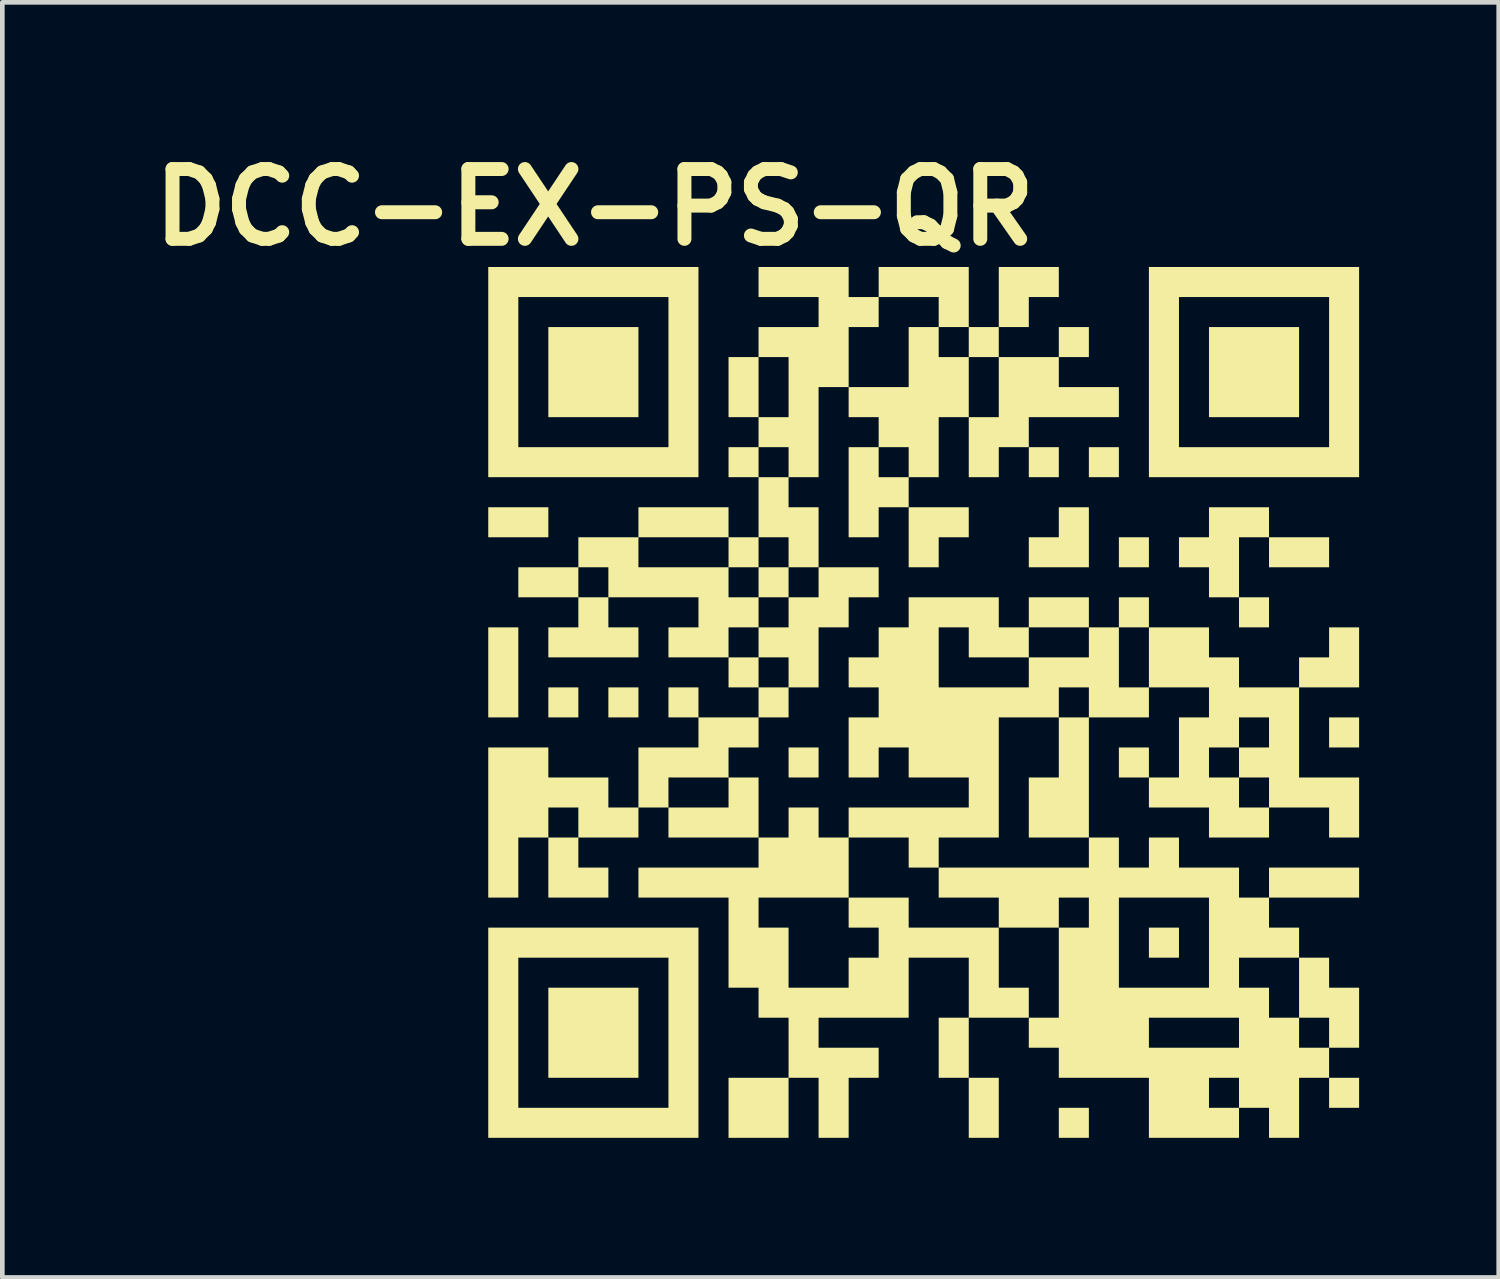
<source format=kicad_pcb>
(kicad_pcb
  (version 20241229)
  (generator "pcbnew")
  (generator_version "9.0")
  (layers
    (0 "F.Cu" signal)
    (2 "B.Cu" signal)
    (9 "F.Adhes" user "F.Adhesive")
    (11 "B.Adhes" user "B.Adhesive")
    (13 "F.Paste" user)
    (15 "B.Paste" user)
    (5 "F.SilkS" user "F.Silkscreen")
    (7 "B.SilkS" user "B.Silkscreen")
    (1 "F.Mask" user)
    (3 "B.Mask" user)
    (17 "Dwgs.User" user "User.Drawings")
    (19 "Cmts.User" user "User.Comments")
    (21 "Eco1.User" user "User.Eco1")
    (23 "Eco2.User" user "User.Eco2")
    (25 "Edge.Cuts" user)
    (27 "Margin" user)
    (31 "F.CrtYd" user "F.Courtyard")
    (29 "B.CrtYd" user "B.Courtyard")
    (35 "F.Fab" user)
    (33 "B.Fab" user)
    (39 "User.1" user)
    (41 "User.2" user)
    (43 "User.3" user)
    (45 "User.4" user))
  (footprint "DCC-EX-PS-QR"
    (layer "F.Cu")
    (at 16.789 12.034)
    (property "Reference" "DCC-EX-PS-QR" (at -7.06 -10.63 0) (layer "F.SilkS") (effects (font (size 1.5 1.5) (thickness 0.3))))
    (attr board_only exclude_from_pos_files exclude_from_bom)
    (fp_poly (pts (xy -8.701 -0.635) (xy -8.701 0.332) (xy -9.024 0.332) (xy -9.347 0.332) (xy -9.347 -0.635) (xy -9.347 -1.603) (xy -9.024 -1.603) (xy -8.701 -1.603)) (stroke (width 0) (type solid)) (fill yes) (layer "F.SilkS"))
    (fp_poly (pts (xy -8.056 -3.862) (xy -8.056 -3.539) (xy -8.701 -3.539) (xy -9.347 -3.539) (xy -9.347 -3.862) (xy -9.347 -4.184) (xy -8.701 -4.184) (xy -8.056 -4.184)) (stroke (width 0) (type solid)) (fill yes) (layer "F.SilkS"))
    (fp_poly (pts (xy -7.411 0.01) (xy -7.411 0.332) (xy -7.733 0.332) (xy -8.056 0.332) (xy -8.056 0.01) (xy -8.056 -0.313) (xy -7.733 -0.313) (xy -7.411 -0.313)) (stroke (width 0) (type solid)) (fill yes) (layer "F.SilkS"))
    (fp_poly (pts (xy -6.12 -7.088) (xy -6.12 -6.12) (xy -7.088 -6.12) (xy -8.056 -6.12) (xy -8.056 -7.088) (xy -8.056 -8.056) (xy -7.088 -8.056) (xy -6.12 -8.056)) (stroke (width 0) (type solid)) (fill yes) (layer "F.SilkS"))
    (fp_poly (pts (xy -6.12 0.01) (xy -6.12 0.332) (xy -6.443 0.332) (xy -6.766 0.332) (xy -6.766 0.01) (xy -6.766 -0.313) (xy -6.443 -0.313) (xy -6.12 -0.313)) (stroke (width 0) (type solid)) (fill yes) (layer "F.SilkS"))
    (fp_poly (pts (xy -6.12 7.108) (xy -6.12 8.076) (xy -7.088 8.076) (xy -8.056 8.076) (xy -8.056 7.108) (xy -8.056 6.14) (xy -7.088 6.14) (xy -6.12 6.14)) (stroke (width 0) (type solid)) (fill yes) (layer "F.SilkS"))
    (fp_poly (pts (xy -2.894 -2.571) (xy -2.894 -2.249) (xy -3.217 -2.249) (xy -3.539 -2.249) (xy -3.539 -2.571) (xy -3.539 -2.894) (xy -3.217 -2.894) (xy -2.894 -2.894)) (stroke (width 0) (type solid)) (fill yes) (layer "F.SilkS"))
    (fp_poly (pts (xy -2.249 1.3) (xy -2.249 1.623) (xy -2.571 1.623) (xy -2.894 1.623) (xy -2.894 1.3) (xy -2.894 0.978) (xy -2.571 0.978) (xy -2.249 0.978)) (stroke (width 0) (type solid)) (fill yes) (layer "F.SilkS"))
    (fp_poly (pts (xy 1.623 8.721) (xy 1.623 9.366) (xy 1.3 9.366) (xy 0.978 9.366) (xy 0.978 8.721) (xy 0.978 8.076) (xy 1.3 8.076) (xy 1.623 8.076)) (stroke (width 0) (type solid)) (fill yes) (layer "F.SilkS"))
    (fp_poly (pts (xy 2.913 -5.152) (xy 2.913 -4.83) (xy 2.591 -4.83) (xy 2.268 -4.83) (xy 2.268 -5.152) (xy 2.268 -5.475) (xy 2.591 -5.475) (xy 2.913 -5.475)) (stroke (width 0) (type solid)) (fill yes) (layer "F.SilkS"))
    (fp_poly (pts (xy 3.559 9.043) (xy 3.559 9.366) (xy 3.236 9.366) (xy 2.913 9.366) (xy 2.913 9.043) (xy 2.913 8.721) (xy 3.236 8.721) (xy 3.559 8.721)) (stroke (width 0) (type solid)) (fill yes) (layer "F.SilkS"))
    (fp_poly (pts (xy 4.204 -5.152) (xy 4.204 -4.83) (xy 3.881 -4.83) (xy 3.559 -4.83) (xy 3.559 -5.152) (xy 3.559 -5.475) (xy 3.881 -5.475) (xy 4.204 -5.475)) (stroke (width 0) (type solid)) (fill yes) (layer "F.SilkS"))
    (fp_poly (pts (xy 4.849 -3.217) (xy 4.849 -2.894) (xy 4.527 -2.894) (xy 4.204 -2.894) (xy 4.204 -3.217) (xy 4.204 -3.539) (xy 4.527 -3.539) (xy 4.849 -3.539)) (stroke (width 0) (type solid)) (fill yes) (layer "F.SilkS"))
    (fp_poly (pts (xy 5.495 5.172) (xy 5.495 5.495) (xy 5.172 5.495) (xy 4.849 5.495) (xy 4.849 5.172) (xy 4.849 4.849) (xy 5.172 4.849) (xy 5.495 4.849)) (stroke (width 0) (type solid)) (fill yes) (layer "F.SilkS"))
    (fp_poly (pts (xy 7.43 -1.926) (xy 7.43 -1.603) (xy 7.108 -1.603) (xy 6.785 -1.603) (xy 6.785 -1.926) (xy 6.785 -2.249) (xy 7.108 -2.249) (xy 7.43 -2.249)) (stroke (width 0) (type solid)) (fill yes) (layer "F.SilkS"))
    (fp_poly (pts (xy 8.076 -7.088) (xy 8.076 -6.12) (xy 7.108 -6.12) (xy 6.14 -6.12) (xy 6.14 -7.088) (xy 6.14 -8.056) (xy 7.108 -8.056) (xy 8.076 -8.056)) (stroke (width 0) (type solid)) (fill yes) (layer "F.SilkS"))
    (fp_poly (pts (xy 8.721 -3.217) (xy 8.721 -2.894) (xy 8.076 -2.894) (xy 7.43 -2.894) (xy 7.43 -3.217) (xy 7.43 -3.539) (xy 8.076 -3.539) (xy 8.721 -3.539)) (stroke (width 0) (type solid)) (fill yes) (layer "F.SilkS"))
    (fp_poly (pts (xy 9.366 0.655) (xy 9.366 0.978) (xy 9.043 0.978) (xy 8.721 0.978) (xy 8.721 0.655) (xy 8.721 0.332) (xy 9.043 0.332) (xy 9.366 0.332)) (stroke (width 0) (type solid)) (fill yes) (layer "F.SilkS"))
    (fp_poly (pts (xy 9.366 8.398) (xy 9.366 8.721) (xy 9.043 8.721) (xy 8.721 8.721) (xy 8.721 8.398) (xy 8.721 8.076) (xy 9.043 8.076) (xy 9.366 8.076)) (stroke (width 0) (type solid)) (fill yes) (layer "F.SilkS"))
    (fp_poly (pts (xy 0.978 -3.862) (xy 0.978 -3.539) (xy 0.655 -3.539) (xy 0.332 -3.539) (xy 0.332 -3.217) (xy 0.332 -2.894) (xy 0.01 -2.894) (xy -0.313 -2.894) (xy -0.313 -3.539) (xy -0.313 -4.184) (xy 0.332 -4.184) (xy 0.978 -4.184)) (stroke (width 0) (type solid)) (fill yes) (layer "F.SilkS"))
    (fp_poly (pts (xy 3.559 -3.539) (xy 3.559 -2.894) (xy 2.913 -2.894) (xy 2.268 -2.894) (xy 2.268 -3.217) (xy 2.268 -3.539) (xy 2.591 -3.539) (xy 2.913 -3.539) (xy 2.913 -3.862) (xy 2.913 -4.184) (xy 3.236 -4.184) (xy 3.559 -4.184)) (stroke (width 0) (type solid)) (fill yes) (layer "F.SilkS"))
    (fp_poly (pts (xy -4.83 -7.088) (xy -4.83 -4.83) (xy -7.088 -4.83) (xy -9.347 -4.83) (xy -9.347 -7.088) (xy -9.347 -8.701) (xy -8.701 -8.701) (xy -8.701 -7.088) (xy -8.701 -5.475) (xy -7.088 -5.475) (xy -5.475 -5.475) (xy -5.475 -7.088) (xy -5.475 -8.701) (xy -7.088 -8.701) (xy -8.701 -8.701) (xy -9.347 -8.701) (xy -9.347 -9.347) (xy -7.088 -9.347) (xy -4.83 -9.347)) (stroke (width 0) (type solid)) (fill yes) (layer "F.SilkS"))
    (fp_poly (pts (xy -4.83 7.108) (xy -4.83 9.366) (xy -7.088 9.366) (xy -9.347 9.366) (xy -9.347 7.108) (xy -9.347 5.495) (xy -8.701 5.495) (xy -8.701 7.108) (xy -8.701 8.721) (xy -7.088 8.721) (xy -5.475 8.721) (xy -5.475 7.108) (xy -5.475 5.495) (xy -7.088 5.495) (xy -8.701 5.495) (xy -9.347 5.495) (xy -9.347 4.849) (xy -7.088 4.849) (xy -4.83 4.849)) (stroke (width 0) (type solid)) (fill yes) (layer "F.SilkS"))
    (fp_poly (pts (xy 9.366 -7.088) (xy 9.366 -4.83) (xy 7.108 -4.83) (xy 4.849 -4.83) (xy 4.849 -7.088) (xy 4.849 -8.701) (xy 5.495 -8.701) (xy 5.495 -7.088) (xy 5.495 -5.475) (xy 7.108 -5.475) (xy 8.721 -5.475) (xy 8.721 -7.088) (xy 8.721 -8.701) (xy 7.108 -8.701) (xy 5.495 -8.701) (xy 4.849 -8.701) (xy 4.849 -9.347) (xy 7.108 -9.347) (xy 9.366 -9.347)) (stroke (width 0) (type solid)) (fill yes) (layer "F.SilkS"))
    (fp_poly (pts (xy 7.43 -3.862) (xy 7.43 -3.539) (xy 7.108 -3.539) (xy 6.785 -3.539) (xy 6.785 -2.894) (xy 6.785 -2.249) (xy 6.462 -2.249) (xy 6.14 -2.249) (xy 6.14 -2.571) (xy 6.14 -2.894) (xy 5.817 -2.894) (xy 5.495 -2.894) (xy 5.495 -3.217) (xy 5.495 -3.539) (xy 5.817 -3.539) (xy 6.14 -3.539) (xy 6.14 -3.862) (xy 6.14 -4.184) (xy 6.785 -4.184) (xy 7.43 -4.184)) (stroke (width 0) (type solid)) (fill yes) (layer "F.SilkS"))
    (fp_poly (pts (xy -1.603 -9.024) (xy -1.603 -8.701) (xy -1.281 -8.701) (xy -0.958 -8.701) (xy -0.958 -9.024) (xy -0.958 -9.347) (xy 0.01 -9.347) (xy 0.978 -9.347) (xy 0.978 -8.701) (xy 0.978 -8.056) (xy 1.3 -8.056) (xy 1.623 -8.056) (xy 1.623 -8.701) (xy 1.623 -9.347) (xy 2.268 -9.347) (xy 2.913 -9.347) (xy 2.913 -9.024) (xy 2.913 -8.701) (xy 2.591 -8.701) (xy 2.268 -8.701) (xy 2.268 -8.379) (xy 2.268 -8.056) (xy 1.946 -8.056) (xy 1.623 -8.056) (xy 1.623 -7.733) (xy 1.623 -7.411) (xy 2.268 -7.411) (xy 2.913 -7.411) (xy 2.913 -7.733) (xy 2.913 -8.056) (xy 3.236 -8.056) (xy 3.559 -8.056) (xy 3.559 -7.733) (xy 3.559 -7.411) (xy 3.236 -7.411) (xy 2.913 -7.411) (xy 2.913 -7.088) (xy 2.913 -6.766) (xy 3.559 -6.766) (xy 4.204 -6.766) (xy 4.204 -6.443) (xy 4.204 -6.12) (xy 3.236 -6.12) (xy 2.268 -6.12) (xy 2.268 -5.798) (xy 2.268 -5.475) (xy 1.946 -5.475) (xy 1.623 -5.475) (xy 1.623 -5.152) (xy 1.623 -4.83) (xy 1.3 -4.83) (xy 0.978 -4.83) (xy 0.978 -5.475) (xy 0.978 -6.12) (xy 0.655 -6.12) (xy 0.332 -6.12) (xy 0.332 -5.475) (xy 0.332 -4.83) (xy 0.01 -4.83) (xy -0.313 -4.83) (xy -0.313 -4.507) (xy -0.313 -4.184) (xy -0.635 -4.184) (xy -0.958 -4.184) (xy -0.958 -3.862) (xy -0.958 -3.539) (xy -1.281 -3.539) (xy -1.603 -3.539) (xy -1.603 -4.507) (xy -1.603 -5.475) (xy -1.281 -5.475) (xy -0.958 -5.475) (xy -0.958 -5.152) (xy -0.958 -4.83) (xy -0.635 -4.83) (xy -0.313 -4.83) (xy -0.313 -5.152) (xy -0.313 -5.475) (xy -0.635 -5.475) (xy -0.958 -5.475) (xy -0.958 -5.798) (xy -0.958 -6.12) (xy -1.281 -6.12) (xy -1.603 -6.12) (xy -1.603 -6.443) (xy -1.603 -6.766) (xy -0.958 -6.766) (xy -0.313 -6.766) (xy -0.313 -7.411) (xy -0.313 -8.056) (xy 0.01 -8.056) (xy 0.332 -8.056) (xy 0.332 -7.733) (xy 0.332 -7.411) (xy 0.655 -7.411) (xy 0.978 -7.411) (xy 0.978 -6.766) (xy 0.978 -6.12) (xy 1.3 -6.12) (xy 1.623 -6.12) (xy 1.623 -6.766) (xy 1.623 -7.411) (xy 1.3 -7.411) (xy 0.978 -7.411) (xy 0.978 -7.733) (xy 0.978 -8.056) (xy 0.655 -8.056) (xy 0.332 -8.056) (xy 0.332 -8.379) (xy 0.332 -8.701) (xy -0.313 -8.701) (xy -0.958 -8.701) (xy -0.958 -8.379) (xy -0.958 -8.056) (xy -1.281 -8.056) (xy -1.603 -8.056) (xy -1.603 -7.411) (xy -1.603 -6.766) (xy -1.926 -6.766) (xy -2.249 -6.766) (xy -2.249 -5.798) (xy -2.249 -4.83) (xy -2.571 -4.83) (xy -2.894 -4.83) (xy -2.894 -4.507) (xy -2.894 -4.184) (xy -2.571 -4.184) (xy -2.249 -4.184) (xy -2.249 -3.539) (xy -2.249 -2.894) (xy -2.571 -2.894) (xy -2.894 -2.894) (xy -2.894 -3.217) (xy -2.894 -3.539) (xy -3.217 -3.539) (xy -3.539 -3.539) (xy -3.539 -3.217) (xy -3.539 -2.894) (xy -3.862 -2.894) (xy -4.184 -2.894) (xy -4.184 -3.217) (xy -4.184 -3.539) (xy -5.152 -3.539) (xy -6.12 -3.539) (xy -6.12 -3.217) (xy -6.12 -2.894) (xy -5.152 -2.894) (xy -4.184 -2.894) (xy -4.184 -2.571) (xy -4.184 -2.249) (xy -3.862 -2.249) (xy -3.539 -2.249) (xy -3.539 -1.926) (xy -3.539 -1.603) (xy -3.862 -1.603) (xy -4.184 -1.603) (xy -4.184 -1.281) (xy -4.184 -0.958) (xy -3.862 -0.958) (xy -3.539 -0.958) (xy -3.539 -0.635) (xy -3.539 -0.313) (xy -3.217 -0.313) (xy -2.894 -0.313) (xy -2.894 -0.635) (xy -2.894 -0.958) (xy -3.217 -0.958) (xy -3.539 -0.958) (xy -3.539 -1.281) (xy -3.539 -1.603) (xy -3.217 -1.603) (xy -2.894 -1.603) (xy -2.894 -1.926) (xy -2.894 -2.249) (xy -2.571 -2.249) (xy -2.249 -2.249) (xy -2.249 -2.571) (xy -2.249 -2.894) (xy -1.603 -2.894) (xy -0.958 -2.894) (xy -0.958 -2.571) (xy -0.958 -2.249) (xy -1.281 -2.249) (xy -1.603 -2.249) (xy -1.603 -1.926) (xy -1.603 -1.603) (xy -1.926 -1.603) (xy -2.249 -1.603) (xy -2.249 -0.958) (xy -2.249 -0.313) (xy -2.571 -0.313) (xy -2.894 -0.313) (xy -2.894 0.01) (xy -2.894 0.332) (xy -3.217 0.332) (xy -3.539 0.332) (xy -3.539 0.655) (xy -3.539 0.978) (xy -3.862 0.978) (xy -4.184 0.978) (xy -4.184 1.3) (xy -4.184 1.623) (xy -4.83 1.623) (xy -5.475 1.623) (xy -5.475 1.946) (xy -5.475 2.268) (xy -4.83 2.268) (xy -4.184 2.268) (xy -4.184 1.946) (xy -4.184 1.623) (xy -3.862 1.623) (xy -3.539 1.623) (xy -3.539 2.268) (xy -3.539 2.913) (xy -3.217 2.913) (xy -2.894 2.913) (xy -2.894 2.591) (xy -2.894 2.268) (xy -2.571 2.268) (xy -2.249 2.268) (xy -2.249 2.591) (xy -2.249 2.913) (xy -1.926 2.913) (xy -1.603 2.913) (xy -1.603 2.591) (xy -1.603 2.268) (xy -0.313 2.268) (xy 0.978 2.268) (xy 0.978 1.946) (xy 0.978 1.623) (xy 0.332 1.623) (xy -0.313 1.623) (xy -0.313 1.3) (xy -0.313 0.978) (xy -0.635 0.978) (xy -0.958 0.978) (xy -0.958 1.3) (xy -0.958 1.623) (xy -1.281 1.623) (xy -1.603 1.623) (xy -1.603 0.978) (xy -1.603 0.332) (xy -1.281 0.332) (xy -0.958 0.332) (xy -0.958 0.01) (xy -0.958 -0.313) (xy -1.281 -0.313) (xy -1.603 -0.313) (xy -1.603 -0.635) (xy -1.603 -0.958) (xy -1.281 -0.958) (xy -0.958 -0.958) (xy -0.958 -1.281) (xy -0.958 -1.603) (xy -0.635 -1.603) (xy -0.313 -1.603) (xy 0.332 -1.603) (xy 0.332 -0.958) (xy 0.332 -0.313) (xy 1.3 -0.313) (xy 2.268 -0.313) (xy 2.268 -0.635) (xy 2.268 -0.958) (xy 2.913 -0.958) (xy 3.559 -0.958) (xy 3.559 -1.281) (xy 3.559 -1.603) (xy 2.913 -1.603) (xy 2.268 -1.603) (xy 2.268 -1.281) (xy 2.268 -0.958) (xy 1.623 -0.958) (xy 0.978 -0.958) (xy 0.978 -1.281) (xy 0.978 -1.603) (xy 0.655 -1.603) (xy 0.332 -1.603) (xy -0.313 -1.603) (xy -0.313 -1.926) (xy -0.313 -2.249) (xy 0.655 -2.249) (xy 1.623 -2.249) (xy 1.623 -1.926) (xy 1.623 -1.603) (xy 1.946 -1.603) (xy 2.268 -1.603) (xy 2.268 -1.926) (xy 2.268 -2.249) (xy 2.913 -2.249) (xy 3.559 -2.249) (xy 3.559 -1.926) (xy 3.559 -1.603) (xy 3.881 -1.603) (xy 4.204 -1.603) (xy 4.204 -1.926) (xy 4.204 -2.249) (xy 4.527 -2.249) (xy 4.849 -2.249) (xy 4.849 -1.926) (xy 4.849 -1.603) (xy 4.527 -1.603) (xy 4.204 -1.603) (xy 4.204 -0.958) (xy 4.204 -0.313) (xy 4.527 -0.313) (xy 4.849 -0.313) (xy 4.849 -0.958) (xy 4.849 -1.603) (xy 5.495 -1.603) (xy 6.14 -1.603) (xy 6.14 -1.281) (xy 6.14 -0.958) (xy 6.462 -0.958) (xy 6.785 -0.958) (xy 6.785 -0.635) (xy 6.785 -0.313) (xy 7.43 -0.313) (xy 8.076 -0.313) (xy 8.076 -0.635) (xy 8.076 -0.958) (xy 8.398 -0.958) (xy 8.721 -0.958) (xy 8.721 -1.281) (xy 8.721 -1.603) (xy 9.043 -1.603) (xy 9.366 -1.603) (xy 9.366 -0.958) (xy 9.366 -0.313) (xy 8.721 -0.313) (xy 8.076 -0.313) (xy 8.076 0.655) (xy 8.076 1.623) (xy 8.721 1.623) (xy 9.366 1.623) (xy 9.366 2.268) (xy 9.366 2.913) (xy 9.043 2.913) (xy 8.721 2.913) (xy 8.721 2.591) (xy 8.721 2.268) (xy 8.076 2.268) (xy 7.43 2.268) (xy 7.43 2.591) (xy 7.43 2.913) (xy 6.785 2.913) (xy 6.14 2.913) (xy 6.14 2.591) (xy 6.14 2.268) (xy 5.495 2.268) (xy 4.849 2.268) (xy 4.849 1.946) (xy 4.849 1.623) (xy 4.527 1.623) (xy 4.204 1.623) (xy 4.204 1.3) (xy 4.204 0.978) (xy 4.527 0.978) (xy 4.849 0.978) (xy 4.849 1.3) (xy 4.849 1.623) (xy 5.172 1.623) (xy 5.495 1.623) (xy 6.14 1.623) (xy 6.462 1.623) (xy 6.785 1.623) (xy 6.785 1.946) (xy 6.785 2.268) (xy 7.108 2.268) (xy 7.43 2.268) (xy 7.43 1.946) (xy 7.43 1.623) (xy 7.108 1.623) (xy 6.785 1.623) (xy 6.785 1.3) (xy 6.785 0.978) (xy 7.108 0.978) (xy 7.43 0.978) (xy 7.43 0.655) (xy 7.43 0.332) (xy 7.108 0.332) (xy 6.785 0.332) (xy 6.785 0.655) (xy 6.785 0.978) (xy 6.462 0.978) (xy 6.14 0.978) (xy 6.14 1.3) (xy 6.14 1.623) (xy 5.495 1.623) (xy 5.495 0.978) (xy 5.495 0.332) (xy 5.817 0.332) (xy 6.14 0.332) (xy 6.14 0.01) (xy 6.14 -0.313) (xy 5.495 -0.313) (xy 4.849 -0.313) (xy 4.849 0.01) (xy 4.849 0.332) (xy 4.204 0.332) (xy 3.559 0.332) (xy 3.559 1.623) (xy 3.559 2.913) (xy 2.913 2.913) (xy 2.268 2.913) (xy 2.268 2.268) (xy 2.268 1.623) (xy 2.591 1.623) (xy 2.913 1.623) (xy 2.913 0.978) (xy 2.913 0.332) (xy 3.236 0.332) (xy 3.559 0.332) (xy 3.559 0.01) (xy 3.559 -0.313) (xy 3.236 -0.313) (xy 2.913 -0.313) (xy 2.913 0.01) (xy 2.913 0.332) (xy 2.268 0.332) (xy 1.623 0.332) (xy 1.623 1.623) (xy 1.623 2.913) (xy 0.978 2.913) (xy 0.332 2.913) (xy 0.332 3.236) (xy 0.332 3.559) (xy 0.01 3.559) (xy -0.313 3.559) (xy -0.313 3.236) (xy -0.313 2.913) (xy -0.958 2.913) (xy -1.603 2.913) (xy -1.603 3.559) (xy -1.603 4.204) (xy -2.571 4.204) (xy -3.539 4.204) (xy -3.539 4.527) (xy -3.539 4.849) (xy -3.217 4.849) (xy -2.894 4.849) (xy -2.894 5.495) (xy -2.894 6.14) (xy -2.249 6.14) (xy -1.603 6.14) (xy -1.603 5.817) (xy -1.603 5.495) (xy -1.281 5.495) (xy -0.958 5.495) (xy -0.958 5.172) (xy -0.958 4.849) (xy -1.281 4.849) (xy -1.603 4.849) (xy -1.603 4.527) (xy -1.603 4.204) (xy -0.958 4.204) (xy -0.313 4.204) (xy -0.313 4.527) (xy -0.313 4.849) (xy 0.655 4.849) (xy 1.623 4.849) (xy 1.623 5.495) (xy 1.623 6.14) (xy 1.946 6.14) (xy 2.268 6.14) (xy 2.268 6.462) (xy 2.268 6.785) (xy 2.591 6.785) (xy 2.913 6.785) (xy 4.849 6.785) (xy 4.849 7.108) (xy 4.849 7.43) (xy 5.817 7.43) (xy 6.785 7.43) (xy 6.785 7.108) (xy 6.785 6.785) (xy 5.817 6.785) (xy 4.849 6.785) (xy 2.913 6.785) (xy 2.913 5.817) (xy 2.913 4.849) (xy 3.236 4.849) (xy 3.559 4.849) (xy 3.559 4.527) (xy 3.559 4.204) (xy 4.204 4.204) (xy 4.204 5.172) (xy 4.204 6.14) (xy 5.172 6.14) (xy 6.14 6.14) (xy 6.14 5.172) (xy 6.14 4.204) (xy 5.172 4.204) (xy 4.204 4.204) (xy 3.559 4.204) (xy 3.236 4.204) (xy 2.913 4.204) (xy 2.913 4.527) (xy 2.913 4.849) (xy 2.268 4.849) (xy 1.623 4.849) (xy 1.623 4.527) (xy 1.623 4.204) (xy 0.978 4.204) (xy 0.332 4.204) (xy 0.332 3.881) (xy 0.332 3.559) (xy 1.946 3.559) (xy 3.559 3.559) (xy 3.559 3.236) (xy 3.559 2.913) (xy 3.881 2.913) (xy 4.204 2.913) (xy 4.204 3.236) (xy 4.204 3.559) (xy 4.527 3.559) (xy 4.849 3.559) (xy 4.849 3.236) (xy 4.849 2.913) (xy 5.172 2.913) (xy 5.495 2.913) (xy 5.495 3.236) (xy 5.495 3.559) (xy 6.14 3.559) (xy 6.785 3.559) (xy 6.785 3.881) (xy 6.785 4.204) (xy 7.108 4.204) (xy 7.43 4.204) (xy 7.43 3.881) (xy 7.43 3.559) (xy 8.398 3.559) (xy 9.366 3.559) (xy 9.366 3.881) (xy 9.366 4.204) (xy 8.398 4.204) (xy 7.43 4.204) (xy 7.43 4.527) (xy 7.43 4.849) (xy 7.753 4.849) (xy 8.076 4.849) (xy 8.076 5.172) (xy 8.076 5.495) (xy 7.43 5.495) (xy 6.785 5.495) (xy 6.785 5.817) (xy 6.785 6.14) (xy 7.108 6.14) (xy 7.43 6.14) (xy 7.43 6.462) (xy 7.43 6.785) (xy 7.753 6.785) (xy 8.076 6.785) (xy 8.076 7.108) (xy 8.076 7.43) (xy 8.398 7.43) (xy 8.721 7.43) (xy 8.721 7.108) (xy 8.721 6.785) (xy 8.398 6.785) (xy 8.076 6.785) (xy 8.076 6.14) (xy 8.076 5.495) (xy 8.398 5.495) (xy 8.721 5.495) (xy 8.721 5.817) (xy 8.721 6.14) (xy 9.043 6.14) (xy 9.366 6.14) (xy 9.366 6.785) (xy 9.366 7.43) (xy 9.043 7.43) (xy 8.721 7.43) (xy 8.721 7.753) (xy 8.721 8.076) (xy 8.398 8.076) (xy 8.076 8.076) (xy 8.076 8.721) (xy 8.076 9.366) (xy 7.753 9.366) (xy 7.43 9.366) (xy 7.43 9.043) (xy 7.43 8.721) (xy 7.108 8.721) (xy 6.785 8.721) (xy 6.785 9.043) (xy 6.785 9.366) (xy 5.817 9.366) (xy 4.849 9.366) (xy 4.849 8.721) (xy 4.849 8.076) (xy 6.14 8.076) (xy 6.14 8.398) (xy 6.14 8.721) (xy 6.462 8.721) (xy 6.785 8.721) (xy 6.785 8.398) (xy 6.785 8.076) (xy 6.462 8.076) (xy 6.14 8.076) (xy 4.849 8.076) (xy 3.881 8.076) (xy 2.913 8.076) (xy 2.913 7.753) (xy 2.913 7.43) (xy 2.591 7.43) (xy 2.268 7.43) (xy 2.268 7.108) (xy 2.268 6.785) (xy 1.623 6.785) (xy 0.978 6.785) (xy 0.978 7.43) (xy 0.978 8.076) (xy 0.655 8.076) (xy 0.332 8.076) (xy 0.332 7.43) (xy 0.332 6.785) (xy 0.655 6.785) (xy 0.978 6.785) (xy 0.978 6.14) (xy 0.978 5.495) (xy 0.332 5.495) (xy -0.313 5.495) (xy -0.313 6.14) (xy -0.313 6.785) (xy -1.281 6.785) (xy -2.249 6.785) (xy -2.249 7.108) (xy -2.249 7.43) (xy -1.603 7.43) (xy -0.958 7.43) (xy -0.958 7.753) (xy -0.958 8.076) (xy -1.281 8.076) (xy -1.603 8.076) (xy -1.603 8.721) (xy -1.603 9.366) (xy -1.926 9.366) (xy -2.249 9.366) (xy -2.249 8.721) (xy -2.249 8.076) (xy -2.571 8.076) (xy -2.894 8.076) (xy -2.894 8.721) (xy -2.894 9.366) (xy -3.539 9.366) (xy -4.184 9.366) (xy -4.184 8.721) (xy -4.184 8.076) (xy -3.539 8.076) (xy -2.894 8.076) (xy -2.894 7.43) (xy -2.894 6.785) (xy -3.217 6.785) (xy -3.539 6.785) (xy -3.539 6.462) (xy -3.539 6.14) (xy -3.862 6.14) (xy -4.184 6.14) (xy -4.184 5.172) (xy -4.184 4.204) (xy -5.152 4.204) (xy -6.12 4.204) (xy -6.12 3.881) (xy -6.12 3.559) (xy -4.83 3.559) (xy -3.539 3.559) (xy -3.539 3.236) (xy -3.539 2.913) (xy -4.507 2.913) (xy -5.475 2.913) (xy -5.475 2.591) (xy -5.475 2.268) (xy -5.798 2.268) (xy -6.12 2.268) (xy -6.12 2.591) (xy -6.12 2.913) (xy -6.766 2.913) (xy -7.411 2.913) (xy -7.411 3.236) (xy -7.411 3.559) (xy -7.088 3.559) (xy -6.766 3.559) (xy -6.766 3.881) (xy -6.766 4.204) (xy -7.411 4.204) (xy -8.056 4.204) (xy -8.056 3.559) (xy -8.056 2.913) (xy -8.379 2.913) (xy -8.701 2.913) (xy -8.701 3.559) (xy -8.701 4.204) (xy -9.024 4.204) (xy -9.347 4.204) (xy -9.347 2.591) (xy -9.347 2.268) (xy -8.056 2.268) (xy -8.056 2.591) (xy -8.056 2.913) (xy -7.733 2.913) (xy -7.411 2.913) (xy -7.411 2.591) (xy -7.411 2.268) (xy -7.733 2.268) (xy -8.056 2.268) (xy -9.347 2.268) (xy -9.347 0.978) (xy -8.701 0.978) (xy -8.056 0.978) (xy -8.056 1.3) (xy -8.056 1.623) (xy -7.411 1.623) (xy -6.766 1.623) (xy -6.766 1.946) (xy -6.766 2.268) (xy -6.443 2.268) (xy -6.12 2.268) (xy -6.12 1.623) (xy -6.12 0.978) (xy -5.475 0.978) (xy -4.83 0.978) (xy -4.83 0.655) (xy -4.83 0.332) (xy -5.152 0.332) (xy -5.475 0.332) (xy -5.475 0.01) (xy -5.475 -0.313) (xy -5.152 -0.313) (xy -4.83 -0.313) (xy -4.83 0.01) (xy -4.83 0.332) (xy -4.184 0.332) (xy -3.539 0.332) (xy -3.539 0.01) (xy -3.539 -0.313) (xy -3.862 -0.313) (xy -4.184 -0.313) (xy -4.184 -0.635) (xy -4.184 -0.958) (xy -4.83 -0.958) (xy -5.475 -0.958) (xy -5.475 -1.281) (xy -5.475 -1.603) (xy -5.152 -1.603) (xy -4.83 -1.603) (xy -4.83 -1.926) (xy -4.83 -2.249) (xy -5.798 -2.249) (xy -6.766 -2.249) (xy -6.766 -1.926) (xy -6.766 -1.603) (xy -6.443 -1.603) (xy -6.12 -1.603) (xy -6.12 -1.281) (xy -6.12 -0.958) (xy -7.088 -0.958) (xy -8.056 -0.958) (xy -8.056 -1.281) (xy -8.056 -1.603) (xy -7.733 -1.603) (xy -7.411 -1.603) (xy -7.411 -1.926) (xy -7.411 -2.249) (xy -8.056 -2.249) (xy -8.701 -2.249) (xy -8.701 -2.571) (xy -8.701 -2.894) (xy -8.056 -2.894) (xy -7.411 -2.894) (xy -7.411 -2.571) (xy -7.411 -2.249) (xy -7.088 -2.249) (xy -6.766 -2.249) (xy -6.766 -2.571) (xy -6.766 -2.894) (xy -7.088 -2.894) (xy -7.411 -2.894) (xy -7.411 -3.217) (xy -7.411 -3.539) (xy -6.766 -3.539) (xy -6.12 -3.539) (xy -6.12 -3.862) (xy -6.12 -4.184) (xy -5.152 -4.184) (xy -4.184 -4.184) (xy -4.184 -3.862) (xy -4.184 -3.539) (xy -3.862 -3.539) (xy -3.539 -3.539) (xy -3.539 -4.184) (xy -3.539 -4.83) (xy -3.862 -4.83) (xy -4.184 -4.83) (xy -4.184 -5.152) (xy -4.184 -5.475) (xy -3.862 -5.475) (xy -3.539 -5.475) (xy -3.539 -5.152) (xy -3.539 -4.83) (xy -3.217 -4.83) (xy -2.894 -4.83) (xy -2.894 -5.152) (xy -2.894 -5.475) (xy -3.217 -5.475) (xy -3.539 -5.475) (xy -3.539 -5.798) (xy -3.539 -6.12) (xy -3.862 -6.12) (xy -4.184 -6.12) (xy -4.184 -6.766) (xy -4.184 -7.411) (xy -3.862 -7.411) (xy -3.539 -7.411) (xy -3.539 -6.766) (xy -3.539 -6.12) (xy -3.217 -6.12) (xy -2.894 -6.12) (xy -2.894 -6.766) (xy -2.894 -7.411) (xy -3.217 -7.411) (xy -3.539 -7.411) (xy -3.539 -7.733) (xy -3.539 -8.056) (xy -2.894 -8.056) (xy -2.249 -8.056) (xy -2.249 -8.379) (xy -2.249 -8.701) (xy -2.894 -8.701) (xy -3.539 -8.701) (xy -3.539 -9.024) (xy -3.539 -9.347) (xy -2.571 -9.347) (xy -1.603 -9.347)) (stroke (width 0) (type solid)) (fill yes) (layer "F.SilkS")))
  (gr_rect
    (start -3 -3)
    (end 29.155 24.4)
    (stroke (width 0.1) (type default))
    (fill no)
    (layer "Edge.Cuts")))
</source>
